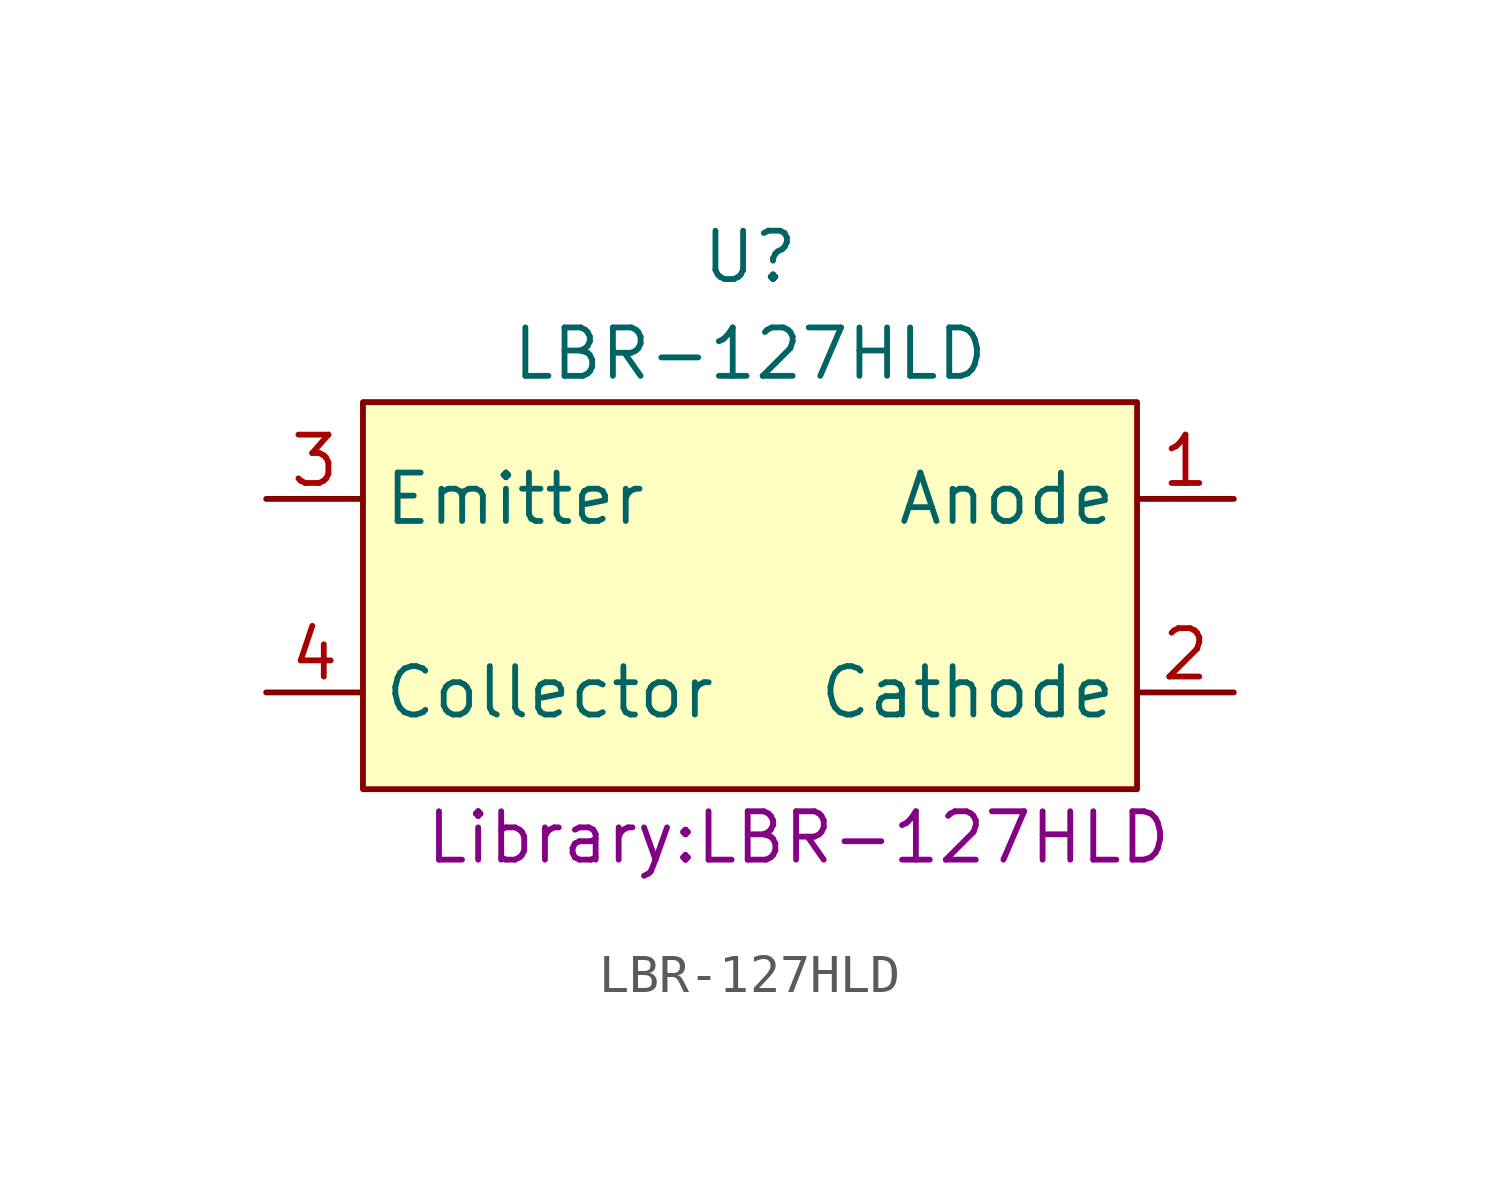
<source format=kicad_sym>
(kicad_symbol_lib
  (version 20241209)
  (generator "kicad_symbol_editor")
  (generator_version "9.0")
  (symbol "LBR-127HLD"
    (property "Reference" "U"
      (at 0 8.89 0)
      (effects (font (size 1.27 1.27))))
    (property "Value" "LBR-127HLD"
      (at 0 6.35 0)
      (effects (font (size 1.27 1.27))))
    (property "Footprint" "Library:LBR-127HLD"
      (at 1.27 -6.35 0)
      (effects (font (size 1.27 1.27))))
    (symbol "LBR-127HLD_1_1"
      (rectangle (start -10.16 5.08) (end 10.16 -5.08) (stroke (width 0) (type default)) (fill (type background)))
      (pin input line (at -12.7 2.54 0) (length 2.54) (name "Emitter" (effects (font (size 1.27 1.27)))) (number "3" (effects (font (size 1.27 1.27)))))
      (pin output line (at -12.7 -2.54 0) (length 2.54) (name "Collector" (effects (font (size 1.27 1.27)))) (number "4" (effects (font (size 1.27 1.27)))))
      (pin input line (at 12.7 2.54 180) (length 2.54) (name "Anode" (effects (font (size 1.27 1.27)))) (number "1" (effects (font (size 1.27 1.27)))))
      (pin output line (at 12.7 -2.54 180) (length 2.54) (name "Cathode" (effects (font (size 1.27 1.27)))) (number "2" (effects (font (size 1.27 1.27))))))))
</source>
